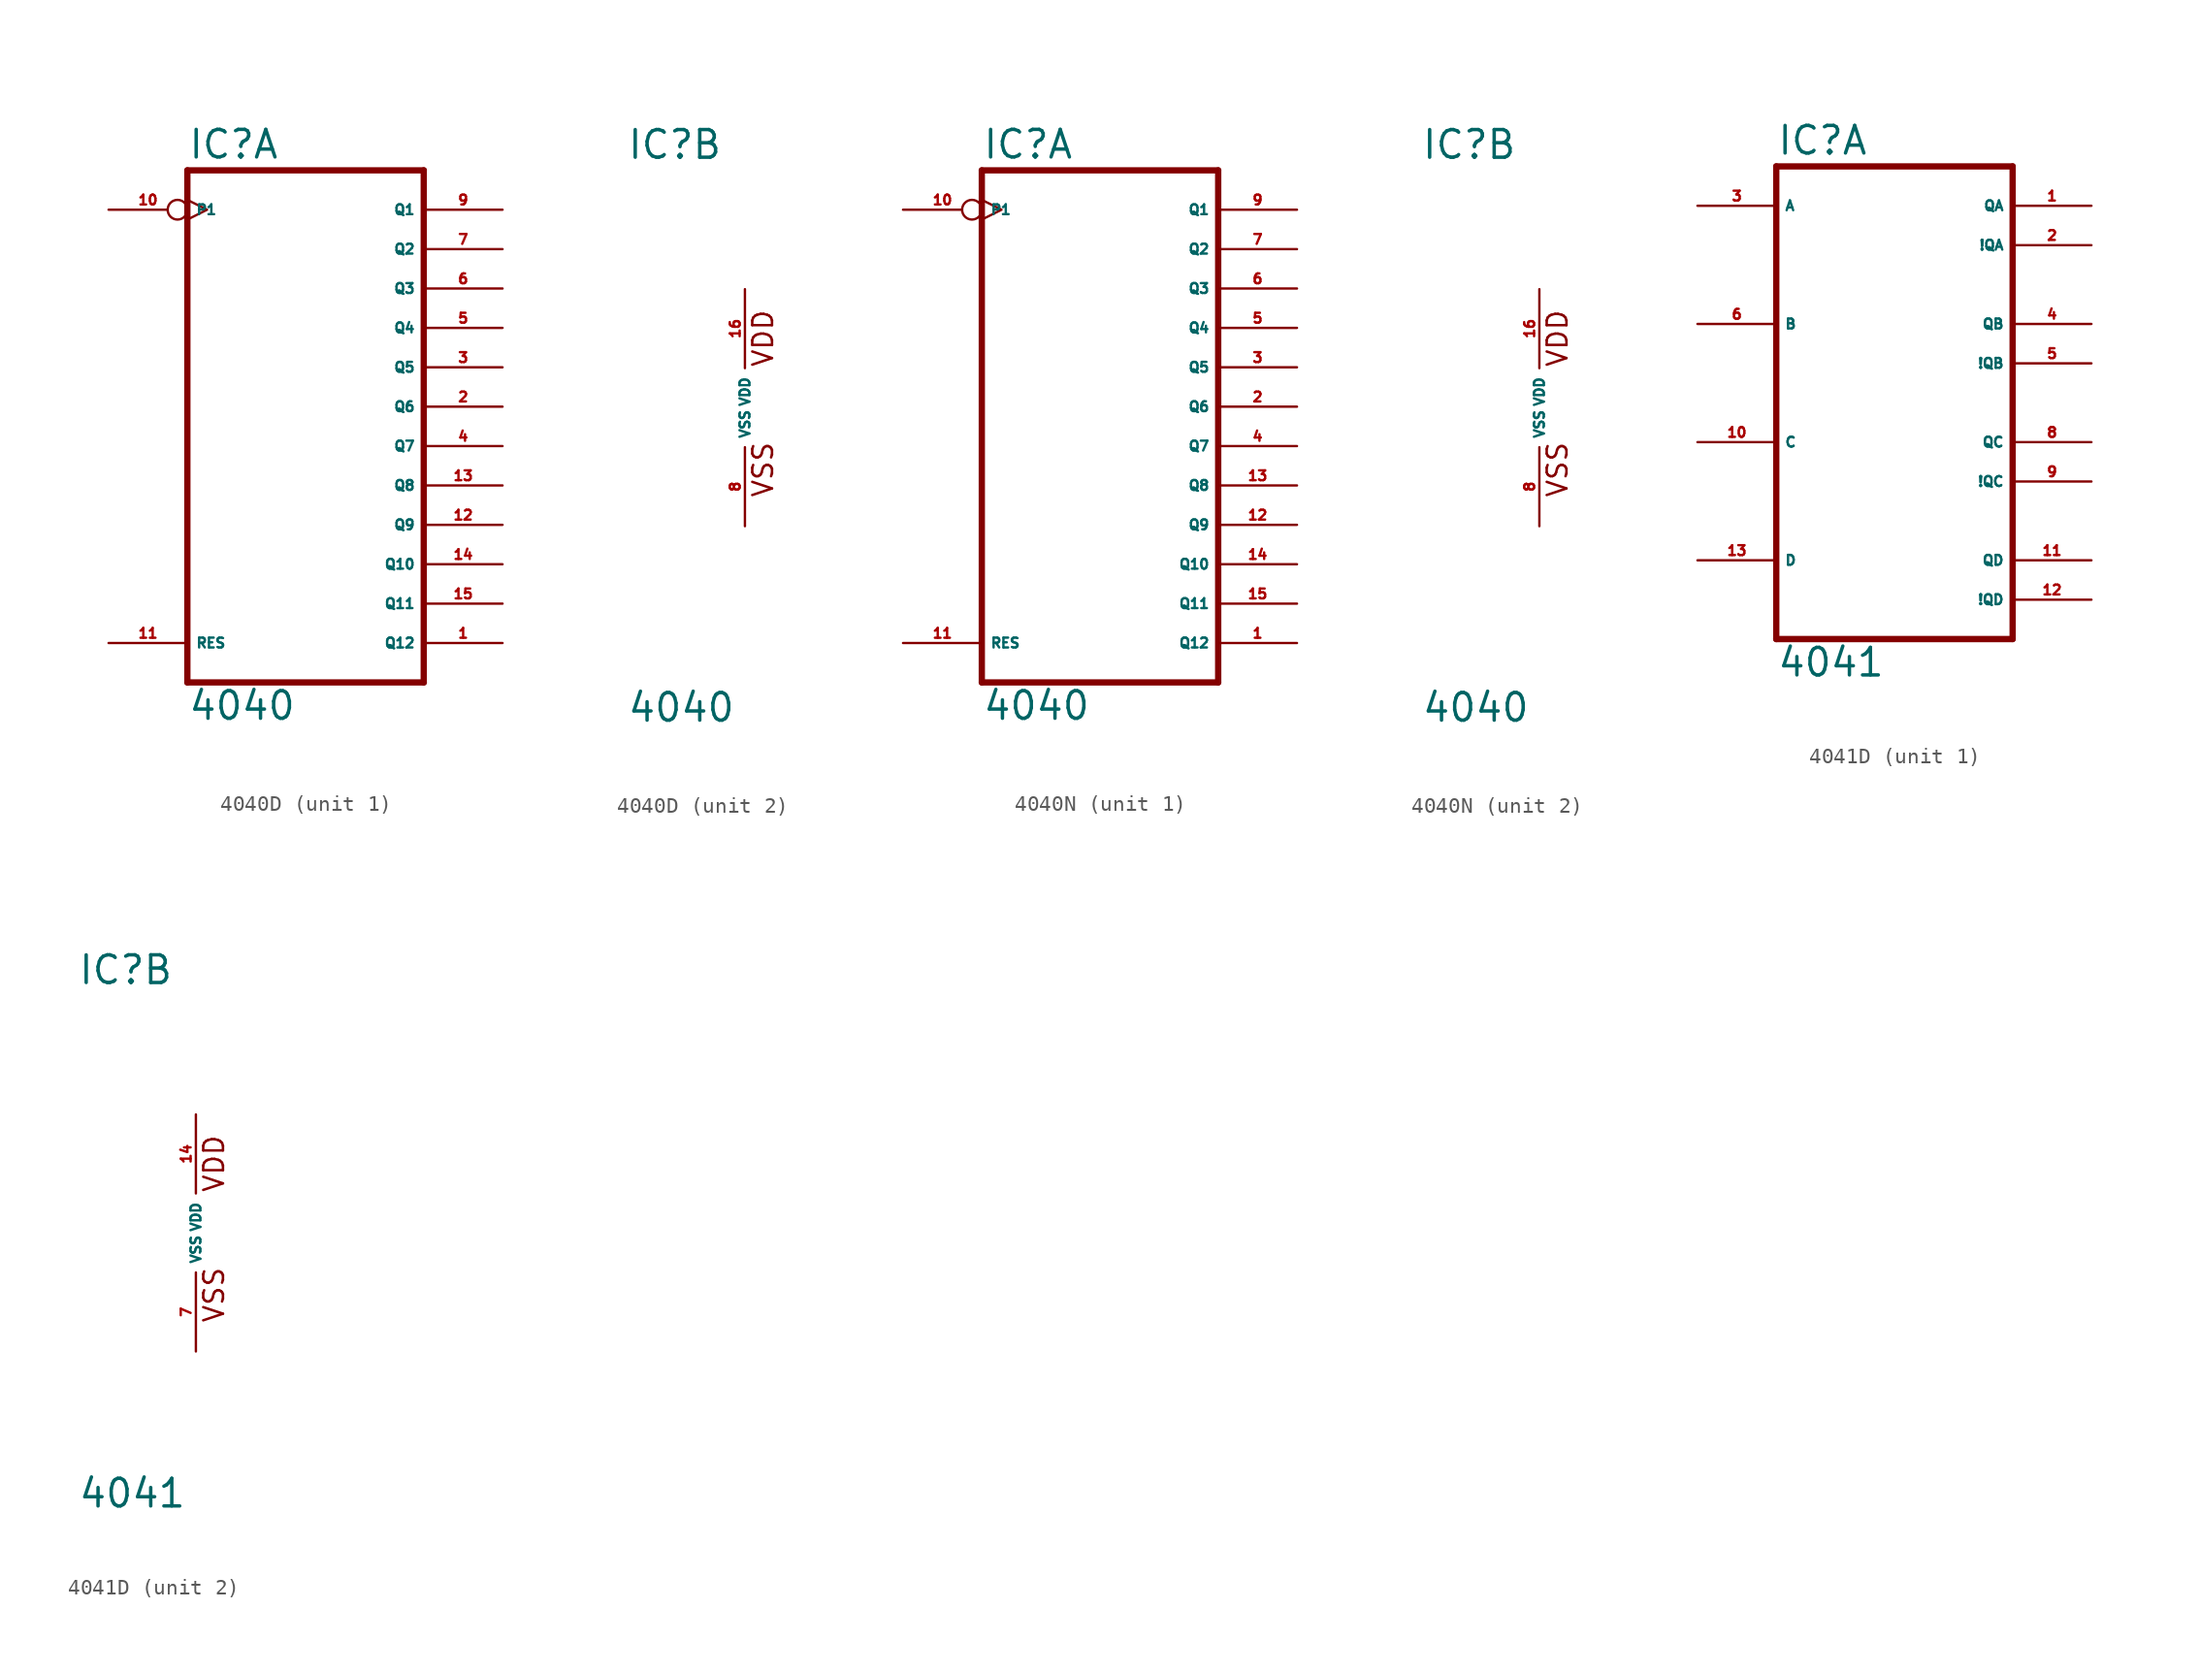
<source format=kicad_sym>
(kicad_symbol_lib
  (version 20220914)
  (generator Eagle2Kicad)
  (symbol "4040D"
    (property "Reference" "IC"
      (at -7.62 15.875 0)
      (effects (font (size 1.778 1.778) (thickness 0.22)) (justify left bottom)))
    (property "Value" "4040"
      (at -7.62 -20.32 0)
      (effects (font (size 1.778 1.778) (thickness 0.22)) (justify left bottom)))
    (symbol "4040D_1_0"
      (polyline (pts (xy -7.62 -17.78) (xy 7.62 -17.78)) (stroke (width 0.406) (type default)) (fill (type none)))
      (polyline (pts (xy 7.62 -17.78) (xy 7.62 15.24)) (stroke (width 0.406) (type default)) (fill (type none)))
      (polyline (pts (xy 7.62 15.24) (xy -7.62 15.24)) (stroke (width 0.406) (type default)) (fill (type none)))
      (polyline (pts (xy -7.62 15.24) (xy -7.62 -17.78)) (stroke (width 0.406) (type default)) (fill (type none)))
      (pin output line (at 12.7 -15.24 180) (length 5.08) (name "Q12" (effects (font (size 0.635 0.635) (thickness 0.08)) (justify left bottom))) (number "1" (effects (font (size 0.635 0.635) (thickness 0.08)) (justify left bottom))))
      (pin output line (at 12.7 0 180) (length 5.08) (name "Q6" (effects (font (size 0.635 0.635) (thickness 0.08)) (justify left bottom))) (number "2" (effects (font (size 0.635 0.635) (thickness 0.08)) (justify left bottom))))
      (pin output line (at 12.7 2.54 180) (length 5.08) (name "Q5" (effects (font (size 0.635 0.635) (thickness 0.08)) (justify left bottom))) (number "3" (effects (font (size 0.635 0.635) (thickness 0.08)) (justify left bottom))))
      (pin output line (at 12.7 -2.54 180) (length 5.08) (name "Q7" (effects (font (size 0.635 0.635) (thickness 0.08)) (justify left bottom))) (number "4" (effects (font (size 0.635 0.635) (thickness 0.08)) (justify left bottom))))
      (pin output line (at 12.7 5.08 180) (length 5.08) (name "Q4" (effects (font (size 0.635 0.635) (thickness 0.08)) (justify left bottom))) (number "5" (effects (font (size 0.635 0.635) (thickness 0.08)) (justify left bottom))))
      (pin output line (at 12.7 7.62 180) (length 5.08) (name "Q3" (effects (font (size 0.635 0.635) (thickness 0.08)) (justify left bottom))) (number "6" (effects (font (size 0.635 0.635) (thickness 0.08)) (justify left bottom))))
      (pin output line (at 12.7 10.16 180) (length 5.08) (name "Q2" (effects (font (size 0.635 0.635) (thickness 0.08)) (justify left bottom))) (number "7" (effects (font (size 0.635 0.635) (thickness 0.08)) (justify left bottom))))
      (pin output line (at 12.7 12.7 180) (length 5.08) (name "Q1" (effects (font (size 0.635 0.635) (thickness 0.08)) (justify left bottom))) (number "9" (effects (font (size 0.635 0.635) (thickness 0.08)) (justify left bottom))))
      (pin input inverted_clock (at -12.7 12.7 0) (length 5.08) (name "P1" (effects (font (size 0.635 0.635) (thickness 0.08)) (justify left bottom))) (number "10" (effects (font (size 0.635 0.635) (thickness 0.08)) (justify left bottom))))
      (pin input line (at -12.7 -15.24 0) (length 5.08) (name "RES" (effects (font (size 0.635 0.635) (thickness 0.08)) (justify left bottom))) (number "11" (effects (font (size 0.635 0.635) (thickness 0.08)) (justify left bottom))))
      (pin output line (at 12.7 -7.62 180) (length 5.08) (name "Q9" (effects (font (size 0.635 0.635) (thickness 0.08)) (justify left bottom))) (number "12" (effects (font (size 0.635 0.635) (thickness 0.08)) (justify left bottom))))
      (pin output line (at 12.7 -5.08 180) (length 5.08) (name "Q8" (effects (font (size 0.635 0.635) (thickness 0.08)) (justify left bottom))) (number "13" (effects (font (size 0.635 0.635) (thickness 0.08)) (justify left bottom))))
      (pin output line (at 12.7 -10.16 180) (length 5.08) (name "Q10" (effects (font (size 0.635 0.635) (thickness 0.08)) (justify left bottom))) (number "14" (effects (font (size 0.635 0.635) (thickness 0.08)) (justify left bottom))))
      (pin output line (at 12.7 -12.7 180) (length 5.08) (name "Q11" (effects (font (size 0.635 0.635) (thickness 0.08)) (justify left bottom))) (number "15" (effects (font (size 0.635 0.635) (thickness 0.08)) (justify left bottom)))))
    (symbol "4040D_2_0"
      (text "VDD" (at 1.905 2.54 900) (effects (font (size 1.27 1.27) (thickness 0.16)) (justify left bottom)))
      (text "VSS" (at 1.905 -5.842 900) (effects (font (size 1.27 1.27) (thickness 0.16)) (justify left bottom)))
      (pin unspecified line (at 0 -7.62 90) (length 5.08) (name "VSS" (effects (font (size 0.635 0.635) (thickness 0.08)) (justify left bottom))) (number "8" (effects (font (size 0.635 0.635) (thickness 0.08)) (justify left bottom))))
      (pin unspecified line (at 0 7.62 270) (length 5.08) (name "VDD" (effects (font (size 0.635 0.635) (thickness 0.08)) (justify left bottom))) (number "16" (effects (font (size 0.635 0.635) (thickness 0.08)) (justify left bottom))))))
  (symbol "4040N"
    (property "Reference" "IC"
      (at -7.62 15.875 0)
      (effects (font (size 1.778 1.778) (thickness 0.22)) (justify left bottom)))
    (property "Value" "4040"
      (at -7.62 -20.32 0)
      (effects (font (size 1.778 1.778) (thickness 0.22)) (justify left bottom)))
    (symbol "4040N_1_0"
      (polyline (pts (xy -7.62 -17.78) (xy 7.62 -17.78)) (stroke (width 0.406) (type default)) (fill (type none)))
      (polyline (pts (xy 7.62 -17.78) (xy 7.62 15.24)) (stroke (width 0.406) (type default)) (fill (type none)))
      (polyline (pts (xy 7.62 15.24) (xy -7.62 15.24)) (stroke (width 0.406) (type default)) (fill (type none)))
      (polyline (pts (xy -7.62 15.24) (xy -7.62 -17.78)) (stroke (width 0.406) (type default)) (fill (type none)))
      (pin output line (at 12.7 -15.24 180) (length 5.08) (name "Q12" (effects (font (size 0.635 0.635) (thickness 0.08)) (justify left bottom))) (number "1" (effects (font (size 0.635 0.635) (thickness 0.08)) (justify left bottom))))
      (pin output line (at 12.7 0 180) (length 5.08) (name "Q6" (effects (font (size 0.635 0.635) (thickness 0.08)) (justify left bottom))) (number "2" (effects (font (size 0.635 0.635) (thickness 0.08)) (justify left bottom))))
      (pin output line (at 12.7 2.54 180) (length 5.08) (name "Q5" (effects (font (size 0.635 0.635) (thickness 0.08)) (justify left bottom))) (number "3" (effects (font (size 0.635 0.635) (thickness 0.08)) (justify left bottom))))
      (pin output line (at 12.7 -2.54 180) (length 5.08) (name "Q7" (effects (font (size 0.635 0.635) (thickness 0.08)) (justify left bottom))) (number "4" (effects (font (size 0.635 0.635) (thickness 0.08)) (justify left bottom))))
      (pin output line (at 12.7 5.08 180) (length 5.08) (name "Q4" (effects (font (size 0.635 0.635) (thickness 0.08)) (justify left bottom))) (number "5" (effects (font (size 0.635 0.635) (thickness 0.08)) (justify left bottom))))
      (pin output line (at 12.7 7.62 180) (length 5.08) (name "Q3" (effects (font (size 0.635 0.635) (thickness 0.08)) (justify left bottom))) (number "6" (effects (font (size 0.635 0.635) (thickness 0.08)) (justify left bottom))))
      (pin output line (at 12.7 10.16 180) (length 5.08) (name "Q2" (effects (font (size 0.635 0.635) (thickness 0.08)) (justify left bottom))) (number "7" (effects (font (size 0.635 0.635) (thickness 0.08)) (justify left bottom))))
      (pin output line (at 12.7 12.7 180) (length 5.08) (name "Q1" (effects (font (size 0.635 0.635) (thickness 0.08)) (justify left bottom))) (number "9" (effects (font (size 0.635 0.635) (thickness 0.08)) (justify left bottom))))
      (pin input inverted_clock (at -12.7 12.7 0) (length 5.08) (name "P1" (effects (font (size 0.635 0.635) (thickness 0.08)) (justify left bottom))) (number "10" (effects (font (size 0.635 0.635) (thickness 0.08)) (justify left bottom))))
      (pin input line (at -12.7 -15.24 0) (length 5.08) (name "RES" (effects (font (size 0.635 0.635) (thickness 0.08)) (justify left bottom))) (number "11" (effects (font (size 0.635 0.635) (thickness 0.08)) (justify left bottom))))
      (pin output line (at 12.7 -7.62 180) (length 5.08) (name "Q9" (effects (font (size 0.635 0.635) (thickness 0.08)) (justify left bottom))) (number "12" (effects (font (size 0.635 0.635) (thickness 0.08)) (justify left bottom))))
      (pin output line (at 12.7 -5.08 180) (length 5.08) (name "Q8" (effects (font (size 0.635 0.635) (thickness 0.08)) (justify left bottom))) (number "13" (effects (font (size 0.635 0.635) (thickness 0.08)) (justify left bottom))))
      (pin output line (at 12.7 -10.16 180) (length 5.08) (name "Q10" (effects (font (size 0.635 0.635) (thickness 0.08)) (justify left bottom))) (number "14" (effects (font (size 0.635 0.635) (thickness 0.08)) (justify left bottom))))
      (pin output line (at 12.7 -12.7 180) (length 5.08) (name "Q11" (effects (font (size 0.635 0.635) (thickness 0.08)) (justify left bottom))) (number "15" (effects (font (size 0.635 0.635) (thickness 0.08)) (justify left bottom)))))
    (symbol "4040N_2_0"
      (text "VDD" (at 1.905 2.54 900) (effects (font (size 1.27 1.27) (thickness 0.16)) (justify left bottom)))
      (text "VSS" (at 1.905 -5.842 900) (effects (font (size 1.27 1.27) (thickness 0.16)) (justify left bottom)))
      (pin unspecified line (at 0 -7.62 90) (length 5.08) (name "VSS" (effects (font (size 0.635 0.635) (thickness 0.08)) (justify left bottom))) (number "8" (effects (font (size 0.635 0.635) (thickness 0.08)) (justify left bottom))))
      (pin unspecified line (at 0 7.62 270) (length 5.08) (name "VDD" (effects (font (size 0.635 0.635) (thickness 0.08)) (justify left bottom))) (number "16" (effects (font (size 0.635 0.635) (thickness 0.08)) (justify left bottom))))))
  (symbol "4041D"
    (property "Reference" "IC"
      (at -7.62 15.875 0)
      (effects (font (size 1.778 1.778) (thickness 0.22)) (justify left bottom)))
    (property "Value" "4041"
      (at -7.62 -17.78 0)
      (effects (font (size 1.778 1.778) (thickness 0.22)) (justify left bottom)))
    (symbol "4041D_1_0"
      (polyline (pts (xy -7.62 -15.24) (xy 7.62 -15.24)) (stroke (width 0.406) (type default)) (fill (type none)))
      (polyline (pts (xy 7.62 -15.24) (xy 7.62 15.24)) (stroke (width 0.406) (type default)) (fill (type none)))
      (polyline (pts (xy 7.62 15.24) (xy -7.62 15.24)) (stroke (width 0.406) (type default)) (fill (type none)))
      (polyline (pts (xy -7.62 15.24) (xy -7.62 -15.24)) (stroke (width 0.406) (type default)) (fill (type none)))
      (pin output line (at 12.7 12.7 180) (length 5.08) (name "QA" (effects (font (size 0.635 0.635) (thickness 0.08)) (justify left bottom))) (number "1" (effects (font (size 0.635 0.635) (thickness 0.08)) (justify left bottom))))
      (pin output line (at 12.7 10.16 180) (length 5.08) (name "!QA" (effects (font (size 0.635 0.635) (thickness 0.08)) (justify left bottom))) (number "2" (effects (font (size 0.635 0.635) (thickness 0.08)) (justify left bottom))))
      (pin input line (at -12.7 12.7 0) (length 5.08) (name "A" (effects (font (size 0.635 0.635) (thickness 0.08)) (justify left bottom))) (number "3" (effects (font (size 0.635 0.635) (thickness 0.08)) (justify left bottom))))
      (pin output line (at 12.7 5.08 180) (length 5.08) (name "QB" (effects (font (size 0.635 0.635) (thickness 0.08)) (justify left bottom))) (number "4" (effects (font (size 0.635 0.635) (thickness 0.08)) (justify left bottom))))
      (pin output line (at 12.7 2.54 180) (length 5.08) (name "!QB" (effects (font (size 0.635 0.635) (thickness 0.08)) (justify left bottom))) (number "5" (effects (font (size 0.635 0.635) (thickness 0.08)) (justify left bottom))))
      (pin input line (at -12.7 5.08 0) (length 5.08) (name "B" (effects (font (size 0.635 0.635) (thickness 0.08)) (justify left bottom))) (number "6" (effects (font (size 0.635 0.635) (thickness 0.08)) (justify left bottom))))
      (pin output line (at 12.7 -2.54 180) (length 5.08) (name "QC" (effects (font (size 0.635 0.635) (thickness 0.08)) (justify left bottom))) (number "8" (effects (font (size 0.635 0.635) (thickness 0.08)) (justify left bottom))))
      (pin output line (at 12.7 -5.08 180) (length 5.08) (name "!QC" (effects (font (size 0.635 0.635) (thickness 0.08)) (justify left bottom))) (number "9" (effects (font (size 0.635 0.635) (thickness 0.08)) (justify left bottom))))
      (pin input line (at -12.7 -2.54 0) (length 5.08) (name "C" (effects (font (size 0.635 0.635) (thickness 0.08)) (justify left bottom))) (number "10" (effects (font (size 0.635 0.635) (thickness 0.08)) (justify left bottom))))
      (pin output line (at 12.7 -10.16 180) (length 5.08) (name "QD" (effects (font (size 0.635 0.635) (thickness 0.08)) (justify left bottom))) (number "11" (effects (font (size 0.635 0.635) (thickness 0.08)) (justify left bottom))))
      (pin output line (at 12.7 -12.7 180) (length 5.08) (name "!QD" (effects (font (size 0.635 0.635) (thickness 0.08)) (justify left bottom))) (number "12" (effects (font (size 0.635 0.635) (thickness 0.08)) (justify left bottom))))
      (pin input line (at -12.7 -10.16 0) (length 5.08) (name "D" (effects (font (size 0.635 0.635) (thickness 0.08)) (justify left bottom))) (number "13" (effects (font (size 0.635 0.635) (thickness 0.08)) (justify left bottom)))))
    (symbol "4041D_2_0"
      (text "VDD" (at 1.905 2.54 900) (effects (font (size 1.27 1.27) (thickness 0.16)) (justify left bottom)))
      (text "VSS" (at 1.905 -5.842 900) (effects (font (size 1.27 1.27) (thickness 0.16)) (justify left bottom)))
      (pin unspecified line (at 0 -7.62 90) (length 5.08) (name "VSS" (effects (font (size 0.635 0.635) (thickness 0.08)) (justify left bottom))) (number "7" (effects (font (size 0.635 0.635) (thickness 0.08)) (justify left bottom))))
      (pin unspecified line (at 0 7.62 270) (length 5.08) (name "VDD" (effects (font (size 0.635 0.635) (thickness 0.08)) (justify left bottom))) (number "14" (effects (font (size 0.635 0.635) (thickness 0.08)) (justify left bottom)))))))
</source>
